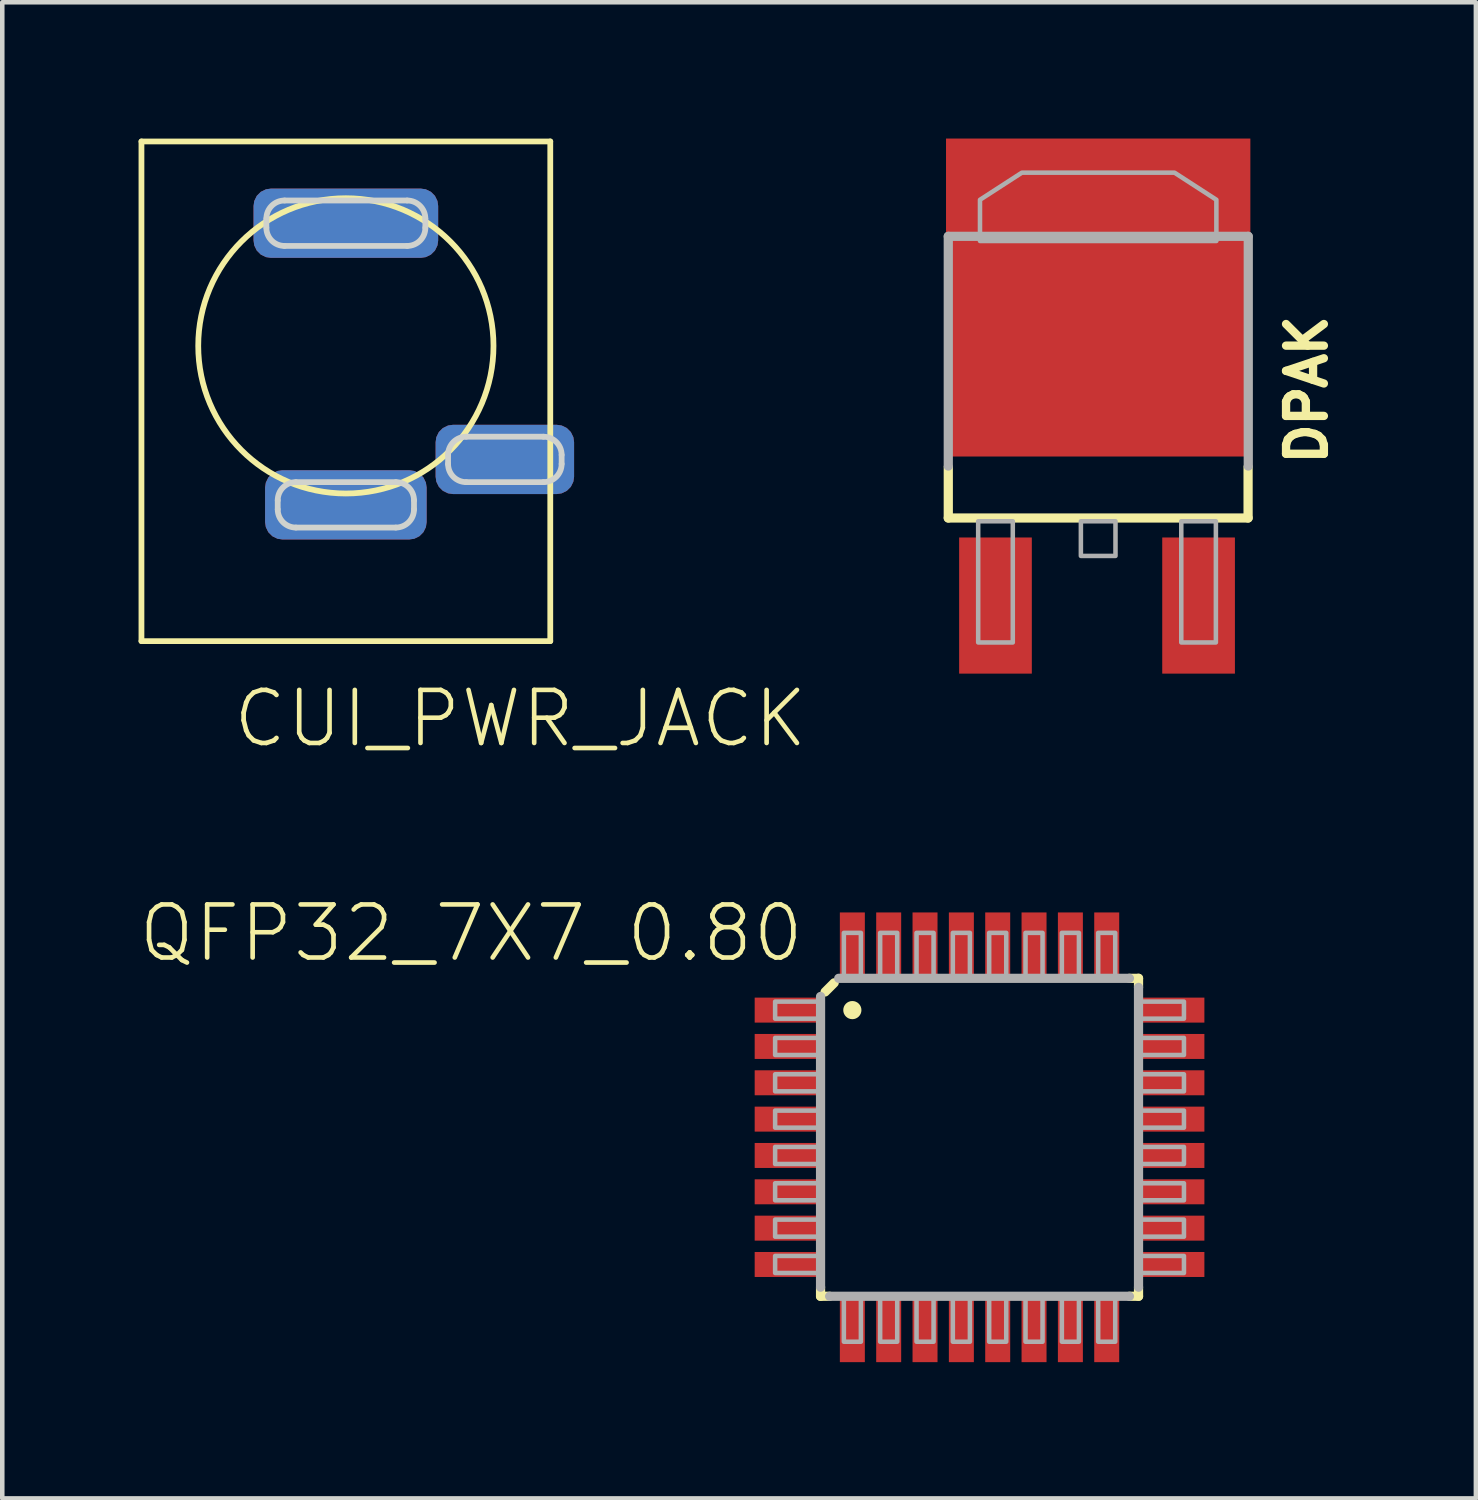
<source format=kicad_pcb>
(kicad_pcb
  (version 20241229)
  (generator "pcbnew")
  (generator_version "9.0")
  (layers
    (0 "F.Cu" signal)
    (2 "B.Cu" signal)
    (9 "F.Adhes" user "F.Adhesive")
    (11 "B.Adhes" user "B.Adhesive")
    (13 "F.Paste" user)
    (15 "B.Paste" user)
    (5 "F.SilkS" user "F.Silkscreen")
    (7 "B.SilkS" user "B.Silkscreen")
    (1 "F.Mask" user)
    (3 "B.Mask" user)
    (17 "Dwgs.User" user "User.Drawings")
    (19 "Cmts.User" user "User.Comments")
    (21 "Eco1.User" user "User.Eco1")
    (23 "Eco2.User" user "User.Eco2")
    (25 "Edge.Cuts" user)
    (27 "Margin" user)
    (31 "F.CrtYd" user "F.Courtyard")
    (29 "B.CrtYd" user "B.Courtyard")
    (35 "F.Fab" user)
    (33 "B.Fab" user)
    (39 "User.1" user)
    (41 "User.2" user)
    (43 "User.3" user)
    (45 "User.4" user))
  (footprint "DPAK"
    (layer "F.Cu")
    (at 21.126 5.353)
    (property "Reference" "DPAK" (at 5.08 1.905 90) (unlocked yes) (layer "F.SilkS") (effects (font (size 0.833 0.833) (thickness 0.183)) (justify left bottom)))
    (fp_line (start -3.3 1.88) (end -3.3 3) (stroke (width 0.203) (type solid)) (layer "F.SilkS"))
    (fp_line (start 3.3 3) (end -3.3 3) (stroke (width 0.203) (type solid)) (layer "F.SilkS"))
    (fp_line (start 3.3 3) (end 3.3 1.88) (stroke (width 0.203) (type solid)) (layer "F.SilkS"))
    (fp_line (start -3.3 -3.2) (end -3.3 1.857) (stroke (width 0.203) (type solid)) (layer "F.Fab"))
    (fp_line (start 3.3 -3.2) (end -3.3 -3.2) (stroke (width 0.203) (type solid)) (layer "F.Fab"))
    (fp_line (start 3.304 -3.2) (end 3.304 1.857) (stroke (width 0.203) (type solid)) (layer "F.Fab"))
    (fp_poly (pts (xy -2.642 5.74) (xy -1.88 5.74) (xy -1.88 3.073) (xy -2.642 3.073)) (stroke (width 0.1) (type default)) (fill no) (layer "F.Fab"))
    (fp_poly (pts (xy -0.381 3.835) (xy 0.381 3.835) (xy 0.381 3.073) (xy -0.381 3.073)) (stroke (width 0.1) (type default)) (fill no) (layer "F.Fab"))
    (fp_poly (pts (xy 1.829 5.74) (xy 2.591 5.74) (xy 2.591 3.073) (xy 1.829 3.073)) (stroke (width 0.1) (type default)) (fill no) (layer "F.Fab"))
    (fp_poly (pts (xy 2.602 -4.005) (xy 2.602 -3.098) (xy -2.602 -3.098) (xy -2.602 -4.005) (xy -1.68 -4.602) (xy 1.68 -4.602)) (stroke (width 0.1) (type default)) (fill no) (layer "F.Fab"))
    (pad "1" smd rect (at -2.261 4.928) (size 1.6 2.997) (layers "F.Cu" "F.Mask" "F.Paste"))
    (pad "2" smd rect (at 0 -1.853) (size 6.7 7) (layers "F.Cu" "F.Mask" "F.Paste"))
    (pad "3" smd rect (at 2.21 4.928) (size 1.6 2.997) (layers "F.Cu" "F.Mask" "F.Paste")))
  (footprint "QFP32_7X7_0.80"
    (layer "F.Cu")
    (at 18.514 21.987)
    (property "Reference" "QFP32_7X7_0.80" (at -3.81 -3.81 0) (unlocked yes) (layer "F.SilkS") (effects (font (size 1.168 1.168) (thickness 0.102)) (justify right bottom)))
    (fp_line (start -3.5 3.5) (end -3.5 3.3) (stroke (width 0.203) (type solid)) (layer "F.SilkS"))
    (fp_line (start -3.4 -3.2) (end -3.2 -3.4) (stroke (width 0.203) (type solid)) (layer "F.SilkS"))
    (fp_line (start -3.3 3.5) (end -3.5 3.5) (stroke (width 0.203) (type solid)) (layer "F.SilkS"))
    (fp_line (start 3.3 -3.5) (end 3.5 -3.5) (stroke (width 0.203) (type solid)) (layer "F.SilkS"))
    (fp_line (start 3.5 -3.5) (end 3.5 -3.3) (stroke (width 0.203) (type solid)) (layer "F.SilkS"))
    (fp_line (start 3.5 3.3) (end 3.5 3.5) (stroke (width 0.203) (type solid)) (layer "F.SilkS"))
    (fp_line (start 3.5 3.5) (end 3.3 3.5) (stroke (width 0.203) (type solid)) (layer "F.SilkS"))
    (fp_circle (center -2.8 -2.8) (end -2.7 -2.8) (stroke (width 0.2) (type solid)) (fill yes) (layer "F.SilkS"))
    (fp_line (start -3.5 -3.1) (end -3.5 3.3) (stroke (width 0.203) (type solid)) (layer "F.Fab"))
    (fp_line (start -3.3 3.5) (end 3.3 3.5) (stroke (width 0.203) (type solid)) (layer "F.Fab"))
    (fp_line (start 3.3 -3.5) (end -3.1 -3.5) (stroke (width 0.203) (type solid)) (layer "F.Fab"))
    (fp_line (start 3.5 3.3) (end 3.5 -3.3) (stroke (width 0.203) (type solid)) (layer "F.Fab"))
    (fp_poly (pts (xy -4.5 -2.612) (xy -3.5 -2.612) (xy -3.5 -2.987) (xy -4.5 -2.987)) (stroke (width 0.1) (type default)) (fill no) (layer "F.Fab"))
    (fp_poly (pts (xy -4.5 -1.812) (xy -3.5 -1.812) (xy -3.5 -2.188) (xy -4.5 -2.188)) (stroke (width 0.1) (type default)) (fill no) (layer "F.Fab"))
    (fp_poly (pts (xy -4.5 -1.012) (xy -3.5 -1.012) (xy -3.5 -1.387) (xy -4.5 -1.387)) (stroke (width 0.1) (type default)) (fill no) (layer "F.Fab"))
    (fp_poly (pts (xy -4.5 -0.212) (xy -3.5 -0.212) (xy -3.5 -0.588) (xy -4.5 -0.588)) (stroke (width 0.1) (type default)) (fill no) (layer "F.Fab"))
    (fp_poly (pts (xy -4.5 0.588) (xy -3.5 0.588) (xy -3.5 0.212) (xy -4.5 0.212)) (stroke (width 0.1) (type default)) (fill no) (layer "F.Fab"))
    (fp_poly (pts (xy -4.5 1.387) (xy -3.5 1.387) (xy -3.5 1.012) (xy -4.5 1.012)) (stroke (width 0.1) (type default)) (fill no) (layer "F.Fab"))
    (fp_poly (pts (xy -4.5 2.188) (xy -3.5 2.188) (xy -3.5 1.812) (xy -4.5 1.812)) (stroke (width 0.1) (type default)) (fill no) (layer "F.Fab"))
    (fp_poly (pts (xy -4.5 2.987) (xy -3.5 2.987) (xy -3.5 2.612) (xy -4.5 2.612)) (stroke (width 0.1) (type default)) (fill no) (layer "F.Fab"))
    (fp_poly (pts (xy -2.987 -3.5) (xy -2.612 -3.5) (xy -2.612 -4.5) (xy -2.987 -4.5)) (stroke (width 0.1) (type default)) (fill no) (layer "F.Fab"))
    (fp_poly (pts (xy -2.987 4.5) (xy -2.612 4.5) (xy -2.612 3.5) (xy -2.987 3.5)) (stroke (width 0.1) (type default)) (fill no) (layer "F.Fab"))
    (fp_poly (pts (xy -2.188 -3.5) (xy -1.812 -3.5) (xy -1.812 -4.5) (xy -2.188 -4.5)) (stroke (width 0.1) (type default)) (fill no) (layer "F.Fab"))
    (fp_poly (pts (xy -2.188 4.5) (xy -1.812 4.5) (xy -1.812 3.5) (xy -2.188 3.5)) (stroke (width 0.1) (type default)) (fill no) (layer "F.Fab"))
    (fp_poly (pts (xy -1.387 -3.5) (xy -1.012 -3.5) (xy -1.012 -4.5) (xy -1.387 -4.5)) (stroke (width 0.1) (type default)) (fill no) (layer "F.Fab"))
    (fp_poly (pts (xy -1.387 4.5) (xy -1.012 4.5) (xy -1.012 3.5) (xy -1.387 3.5)) (stroke (width 0.1) (type default)) (fill no) (layer "F.Fab"))
    (fp_poly (pts (xy -0.588 -3.5) (xy -0.212 -3.5) (xy -0.212 -4.5) (xy -0.588 -4.5)) (stroke (width 0.1) (type default)) (fill no) (layer "F.Fab"))
    (fp_poly (pts (xy -0.588 4.5) (xy -0.212 4.5) (xy -0.212 3.5) (xy -0.588 3.5)) (stroke (width 0.1) (type default)) (fill no) (layer "F.Fab"))
    (fp_poly (pts (xy 0.212 -3.5) (xy 0.588 -3.5) (xy 0.588 -4.5) (xy 0.212 -4.5)) (stroke (width 0.1) (type default)) (fill no) (layer "F.Fab"))
    (fp_poly (pts (xy 0.212 4.5) (xy 0.588 4.5) (xy 0.588 3.5) (xy 0.212 3.5)) (stroke (width 0.1) (type default)) (fill no) (layer "F.Fab"))
    (fp_poly (pts (xy 1.012 -3.5) (xy 1.387 -3.5) (xy 1.387 -4.5) (xy 1.012 -4.5)) (stroke (width 0.1) (type default)) (fill no) (layer "F.Fab"))
    (fp_poly (pts (xy 1.012 4.5) (xy 1.387 4.5) (xy 1.387 3.5) (xy 1.012 3.5)) (stroke (width 0.1) (type default)) (fill no) (layer "F.Fab"))
    (fp_poly (pts (xy 1.812 -3.5) (xy 2.188 -3.5) (xy 2.188 -4.5) (xy 1.812 -4.5)) (stroke (width 0.1) (type default)) (fill no) (layer "F.Fab"))
    (fp_poly (pts (xy 1.812 4.5) (xy 2.188 4.5) (xy 2.188 3.5) (xy 1.812 3.5)) (stroke (width 0.1) (type default)) (fill no) (layer "F.Fab"))
    (fp_poly (pts (xy 2.612 -3.5) (xy 2.987 -3.5) (xy 2.987 -4.5) (xy 2.612 -4.5)) (stroke (width 0.1) (type default)) (fill no) (layer "F.Fab"))
    (fp_poly (pts (xy 2.612 4.5) (xy 2.987 4.5) (xy 2.987 3.5) (xy 2.612 3.5)) (stroke (width 0.1) (type default)) (fill no) (layer "F.Fab"))
    (fp_poly (pts (xy 3.5 -2.612) (xy 4.5 -2.612) (xy 4.5 -2.987) (xy 3.5 -2.987)) (stroke (width 0.1) (type default)) (fill no) (layer "F.Fab"))
    (fp_poly (pts (xy 3.5 -1.812) (xy 4.5 -1.812) (xy 4.5 -2.188) (xy 3.5 -2.188)) (stroke (width 0.1) (type default)) (fill no) (layer "F.Fab"))
    (fp_poly (pts (xy 3.5 -1.012) (xy 4.5 -1.012) (xy 4.5 -1.387) (xy 3.5 -1.387)) (stroke (width 0.1) (type default)) (fill no) (layer "F.Fab"))
    (fp_poly (pts (xy 3.5 -0.212) (xy 4.5 -0.212) (xy 4.5 -0.588) (xy 3.5 -0.588)) (stroke (width 0.1) (type default)) (fill no) (layer "F.Fab"))
    (fp_poly (pts (xy 3.5 0.588) (xy 4.5 0.588) (xy 4.5 0.212) (xy 3.5 0.212)) (stroke (width 0.1) (type default)) (fill no) (layer "F.Fab"))
    (fp_poly (pts (xy 3.5 1.387) (xy 4.5 1.387) (xy 4.5 1.012) (xy 3.5 1.012)) (stroke (width 0.1) (type default)) (fill no) (layer "F.Fab"))
    (fp_poly (pts (xy 3.5 2.188) (xy 4.5 2.188) (xy 4.5 1.812) (xy 3.5 1.812)) (stroke (width 0.1) (type default)) (fill no) (layer "F.Fab"))
    (fp_poly (pts (xy 3.5 2.987) (xy 4.5 2.987) (xy 4.5 2.612) (xy 3.5 2.612)) (stroke (width 0.1) (type default)) (fill no) (layer "F.Fab"))
    (pad "1" smd rect (at -4.2 -2.8) (size 1.5 0.55) (layers "F.Cu" "F.Mask" "F.Paste"))
    (pad "2" smd rect (at -4.2 -2) (size 1.5 0.55) (layers "F.Cu" "F.Mask" "F.Paste"))
    (pad "3" smd rect (at -4.2 -1.2) (size 1.5 0.55) (layers "F.Cu" "F.Mask" "F.Paste"))
    (pad "4" smd rect (at -4.2 -0.4) (size 1.5 0.55) (layers "F.Cu" "F.Mask" "F.Paste"))
    (pad "5" smd rect (at -4.2 0.4) (size 1.5 0.55) (layers "F.Cu" "F.Mask" "F.Paste"))
    (pad "6" smd rect (at -4.2 1.2) (size 1.5 0.55) (layers "F.Cu" "F.Mask" "F.Paste"))
    (pad "7" smd rect (at -4.2 2) (size 1.5 0.55) (layers "F.Cu" "F.Mask" "F.Paste"))
    (pad "8" smd rect (at -4.2 2.8) (size 1.5 0.55) (layers "F.Cu" "F.Mask" "F.Paste"))
    (pad "9" smd rect (at -2.8 4.2) (size 0.55 1.5) (layers "F.Cu" "F.Mask" "F.Paste"))
    (pad "10" smd rect (at -2 4.2) (size 0.55 1.5) (layers "F.Cu" "F.Mask" "F.Paste"))
    (pad "11" smd rect (at -1.2 4.2) (size 0.55 1.5) (layers "F.Cu" "F.Mask" "F.Paste"))
    (pad "12" smd rect (at -0.4 4.2) (size 0.55 1.5) (layers "F.Cu" "F.Mask" "F.Paste"))
    (pad "13" smd rect (at 0.4 4.2) (size 0.55 1.5) (layers "F.Cu" "F.Mask" "F.Paste"))
    (pad "14" smd rect (at 1.2 4.2) (size 0.55 1.5) (layers "F.Cu" "F.Mask" "F.Paste"))
    (pad "15" smd rect (at 2 4.2) (size 0.55 1.5) (layers "F.Cu" "F.Mask" "F.Paste"))
    (pad "16" smd rect (at 2.8 4.2) (size 0.55 1.5) (layers "F.Cu" "F.Mask" "F.Paste"))
    (pad "17" smd rect (at 4.2 2.8) (size 1.5 0.55) (layers "F.Cu" "F.Mask" "F.Paste"))
    (pad "18" smd rect (at 4.2 2) (size 1.5 0.55) (layers "F.Cu" "F.Mask" "F.Paste"))
    (pad "19" smd rect (at 4.2 1.2) (size 1.5 0.55) (layers "F.Cu" "F.Mask" "F.Paste"))
    (pad "20" smd rect (at 4.2 0.4) (size 1.5 0.55) (layers "F.Cu" "F.Mask" "F.Paste"))
    (pad "21" smd rect (at 4.2 -0.4) (size 1.5 0.55) (layers "F.Cu" "F.Mask" "F.Paste"))
    (pad "22" smd rect (at 4.2 -1.2) (size 1.5 0.55) (layers "F.Cu" "F.Mask" "F.Paste"))
    (pad "23" smd rect (at 4.2 -2) (size 1.5 0.55) (layers "F.Cu" "F.Mask" "F.Paste"))
    (pad "24" smd rect (at 4.2 -2.8) (size 1.5 0.55) (layers "F.Cu" "F.Mask" "F.Paste"))
    (pad "25" smd rect (at 2.8 -4.2) (size 0.55 1.5) (layers "F.Cu" "F.Mask" "F.Paste"))
    (pad "26" smd rect (at 2 -4.2) (size 0.55 1.5) (layers "F.Cu" "F.Mask" "F.Paste"))
    (pad "27" smd rect (at 1.2 -4.2) (size 0.55 1.5) (layers "F.Cu" "F.Mask" "F.Paste"))
    (pad "28" smd rect (at 0.4 -4.2) (size 0.55 1.5) (layers "F.Cu" "F.Mask" "F.Paste"))
    (pad "29" smd rect (at -0.4 -4.2) (size 0.55 1.5) (layers "F.Cu" "F.Mask" "F.Paste"))
    (pad "30" smd rect (at -1.2 -4.2) (size 0.55 1.5) (layers "F.Cu" "F.Mask" "F.Paste"))
    (pad "31" smd rect (at -2 -4.2) (size 0.55 1.5) (layers "F.Cu" "F.Mask" "F.Paste"))
    (pad "32" smd rect (at -2.8 -4.2) (size 0.55 1.5) (layers "F.Cu" "F.Mask" "F.Paste")))
  (footprint "CUI_PWR_JACK"
    (layer "F.Cu")
    (at 4.564 4.564)
    (property "Reference" "CUI_PWR_JACK" (at -2.54 8.89 0) (unlocked yes) (layer "F.SilkS") (effects (font (size 1.168 1.168) (thickness 0.102)) (justify left bottom)))
    (fp_line (start -4.5 -4.5) (end 4.5 -4.5) (stroke (width 0.127) (type solid)) (layer "F.SilkS"))
    (fp_line (start -4.5 6.5) (end -4.5 -4.5) (stroke (width 0.127) (type solid)) (layer "F.SilkS"))
    (fp_line (start 4.5 -4.5) (end 4.5 6.5) (stroke (width 0.127) (type solid)) (layer "F.SilkS"))
    (fp_line (start 4.5 6.5) (end -4.5 6.5) (stroke (width 0.127) (type solid)) (layer "F.SilkS"))
    (fp_circle (center 0 0) (end 3.25 0) (stroke (width 0.127) (type solid)) (fill no) (layer "F.SilkS"))
    (fp_line (start -1.75 -2.6) (end -1.75 -2.8) (stroke (width 0.127) (type solid)) (layer "Edge.Cuts"))
    (fp_line (start -1.5 3.6) (end -1.5 3.4) (stroke (width 0.127) (type solid)) (layer "Edge.Cuts"))
    (fp_line (start -1.35 -3.2) (end 1.35 -3.2) (stroke (width 0.127) (type solid)) (layer "Edge.Cuts"))
    (fp_line (start -1.1 3) (end 1.1 3) (stroke (width 0.127) (type solid)) (layer "Edge.Cuts"))
    (fp_line (start 1.1 4) (end -1.1 4) (stroke (width 0.127) (type solid)) (layer "Edge.Cuts"))
    (fp_line (start 1.35 -2.2) (end -1.35 -2.2) (stroke (width 0.127) (type solid)) (layer "Edge.Cuts"))
    (fp_line (start 1.5 3.4) (end 1.5 3.6) (stroke (width 0.127) (type solid)) (layer "Edge.Cuts"))
    (fp_line (start 1.75 -2.8) (end 1.75 -2.6) (stroke (width 0.127) (type solid)) (layer "Edge.Cuts"))
    (fp_line (start 2.25 2.6) (end 2.25 2.4) (stroke (width 0.127) (type solid)) (layer "Edge.Cuts"))
    (fp_line (start 2.65 2) (end 4.35 2) (stroke (width 0.127) (type solid)) (layer "Edge.Cuts"))
    (fp_line (start 4.35 3) (end 2.65 3) (stroke (width 0.127) (type solid)) (layer "Edge.Cuts"))
    (fp_line (start 4.75 2.4) (end 4.75 2.6) (stroke (width 0.127) (type solid)) (layer "Edge.Cuts"))
    (fp_arc (start -1.75 -2.8) (mid -1.632843 -3.082843) (end -1.35 -3.2) (stroke (width 0.127) (type solid)) (layer "Edge.Cuts"))
    (fp_arc (start -1.5 3.4) (mid -1.382843 3.117157) (end -1.1 3) (stroke (width 0.127) (type solid)) (layer "Edge.Cuts"))
    (fp_arc (start -1.35 -2.2) (mid -1.632843 -2.317157) (end -1.75 -2.6) (stroke (width 0.127) (type solid)) (layer "Edge.Cuts"))
    (fp_arc (start -1.1 4) (mid -1.382843 3.882843) (end -1.5 3.6) (stroke (width 0.127) (type solid)) (layer "Edge.Cuts"))
    (fp_arc (start 1.1 3) (mid 1.382843 3.117157) (end 1.5 3.4) (stroke (width 0.127) (type solid)) (layer "Edge.Cuts"))
    (fp_arc (start 1.35 -3.2) (mid 1.632843 -3.082843) (end 1.75 -2.8) (stroke (width 0.127) (type solid)) (layer "Edge.Cuts"))
    (fp_arc (start 1.5 3.6) (mid 1.382843 3.882843) (end 1.1 4) (stroke (width 0.127) (type solid)) (layer "Edge.Cuts"))
    (fp_arc (start 1.75 -2.6) (mid 1.632843 -2.317157) (end 1.35 -2.2) (stroke (width 0.127) (type solid)) (layer "Edge.Cuts"))
    (fp_arc (start 2.25 2.4) (mid 2.367157 2.117157) (end 2.65 2) (stroke (width 0.127) (type solid)) (layer "Edge.Cuts"))
    (fp_arc (start 2.65 3) (mid 2.367157 2.882843) (end 2.25 2.6) (stroke (width 0.127) (type solid)) (layer "Edge.Cuts"))
    (fp_arc (start 4.35 2) (mid 4.632843 2.117157) (end 4.75 2.4) (stroke (width 0.127) (type solid)) (layer "Edge.Cuts"))
    (fp_arc (start 4.75 2.6) (mid 4.632843 2.882843) (end 4.35 3) (stroke (width 0.127) (type solid)) (layer "Edge.Cuts"))
    (pad "DETECTOR" smd roundrect (at 3.5 2.5) (size 3.048 1.524) (layers "F.Cu" "F.Mask" "F.Paste") (roundrect_rratio 0.25))
    (pad "DETECTOR1" smd roundrect (at 3.5 2.5 180) (size 3.048 1.524) (layers "B.Cu" "B.Mask" "B.Paste") (roundrect_rratio 0.25))
    (pad "NEG" smd roundrect (at 0 3.5) (size 3.556 1.524) (layers "F.Cu" "F.Mask" "F.Paste") (roundrect_rratio 0.25))
    (pad "NEG1" smd roundrect (at 0 3.5 180) (size 3.556 1.524) (layers "B.Cu" "B.Mask" "B.Paste") (roundrect_rratio 0.25))
    (pad "POS" smd roundrect (at 0 -2.7) (size 4.064 1.524) (layers "F.Cu" "F.Mask" "F.Paste") (roundrect_rratio 0.25))
    (pad "POS1" smd roundrect (at 0 -2.7 180) (size 4.064 1.524) (layers "B.Cu" "B.Mask" "B.Paste") (roundrect_rratio 0.25)))
  (gr_rect
    (start -3 -3)
    (end 29.441 29.937)
    (stroke (width 0.1) (type default))
    (fill no)
    (layer "Edge.Cuts")))
</source>
